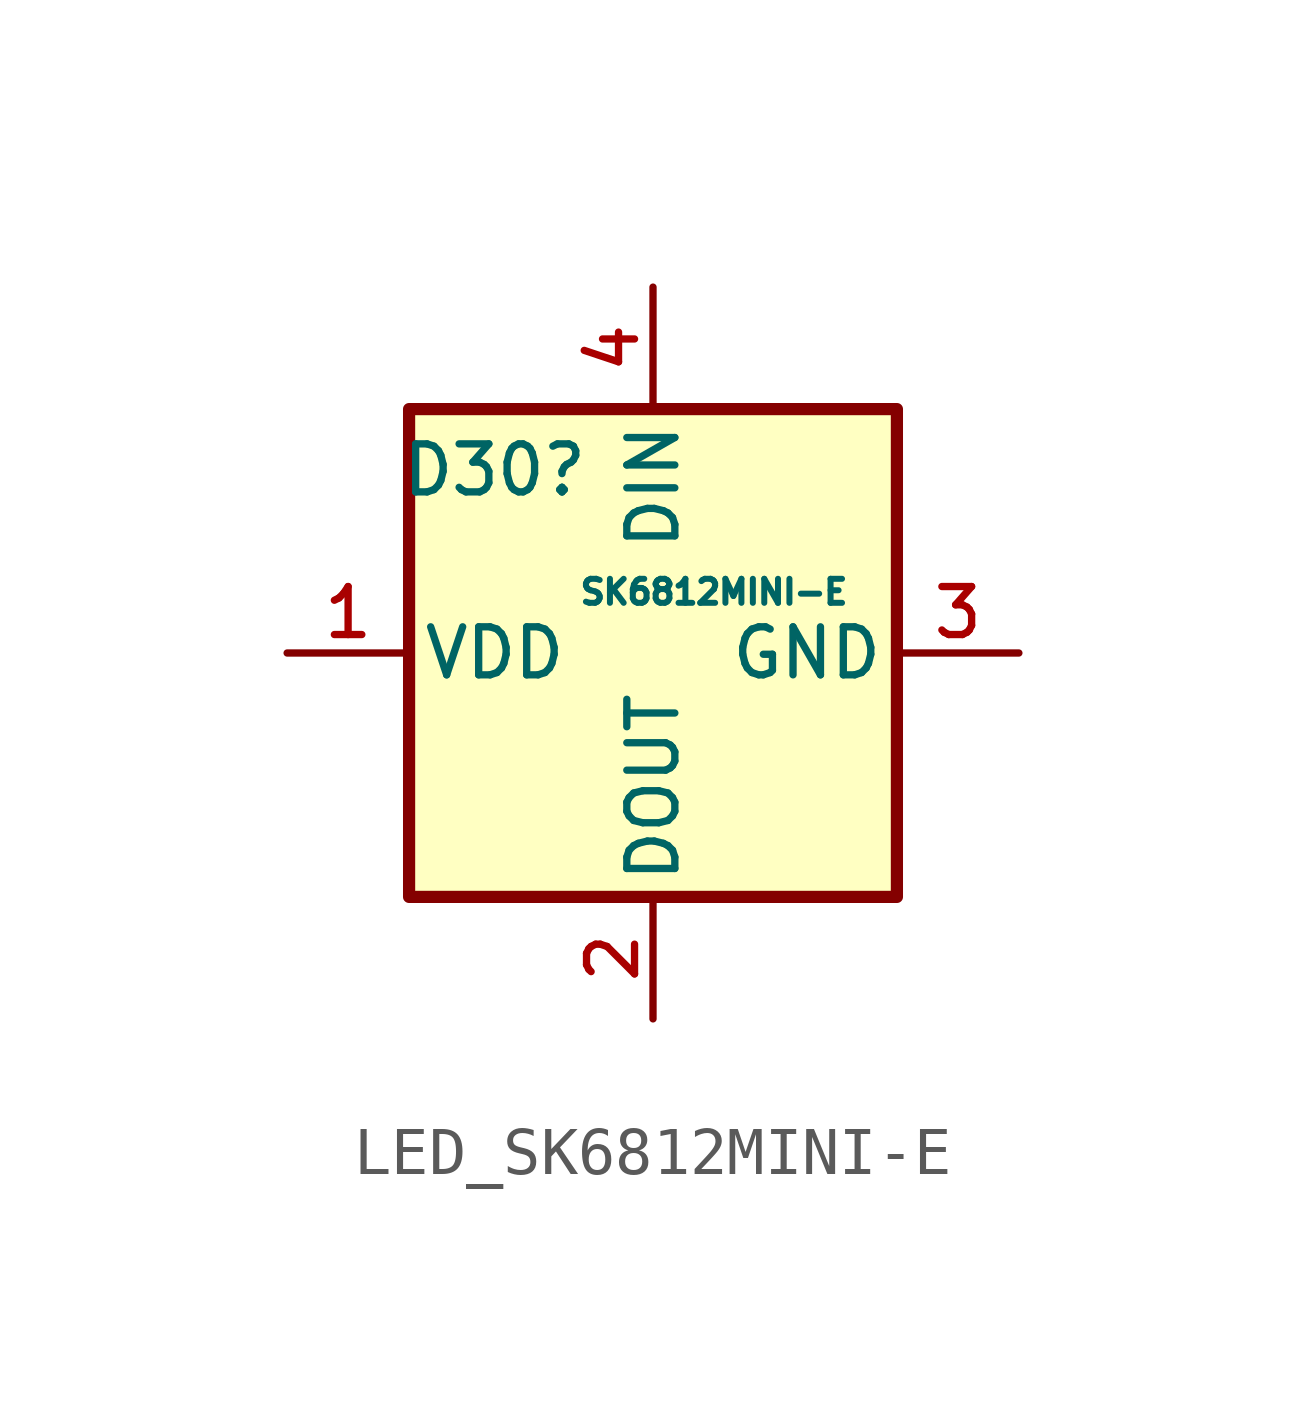
<source format=kicad_sym>
(kicad_symbol_lib
  (version 20220914)
  (generator kicad_symbol_editor)
  (symbol "LED_SK6812MINI-E"
    (pin_names
      (offset 0.254))
    (property "Reference" "D30"
      (at -3.3 3.81 0)
      (effects (font (size 1 1))))
    (property "Value" "SK6812MINI-E"
      (at 1.27 1.27 0)
      (effects (font (size 0.5 0.5))))
    (symbol "LED_SK6812MINI-E_0_1"
      (rectangle (start -5.08 5.08) (end 5.08 -5.08) (stroke (width 0.254) (type default)) (fill (type background))))
    (symbol "LED_SK6812MINI-E_1_1"
      (pin power_in line (at -7.62 0 0) (length 2.54) (name "VDD" (effects (font (size 1 1)))) (number "1" (effects (font (size 1 1)))))
      (pin output line (at 0 -7.62 90) (length 2.54) (name "DOUT" (effects (font (size 1 1)))) (number "2" (effects (font (size 1 1)))))
      (pin power_in line (at 7.62 0 180) (length 2.54) (name "GND" (effects (font (size 1 1)))) (number "3" (effects (font (size 1 1)))))
      (pin input line (at 0 7.62 270) (length 2.54) (name "DIN" (effects (font (size 1 1)))) (number "4" (effects (font (size 1 1))))))))
</source>
